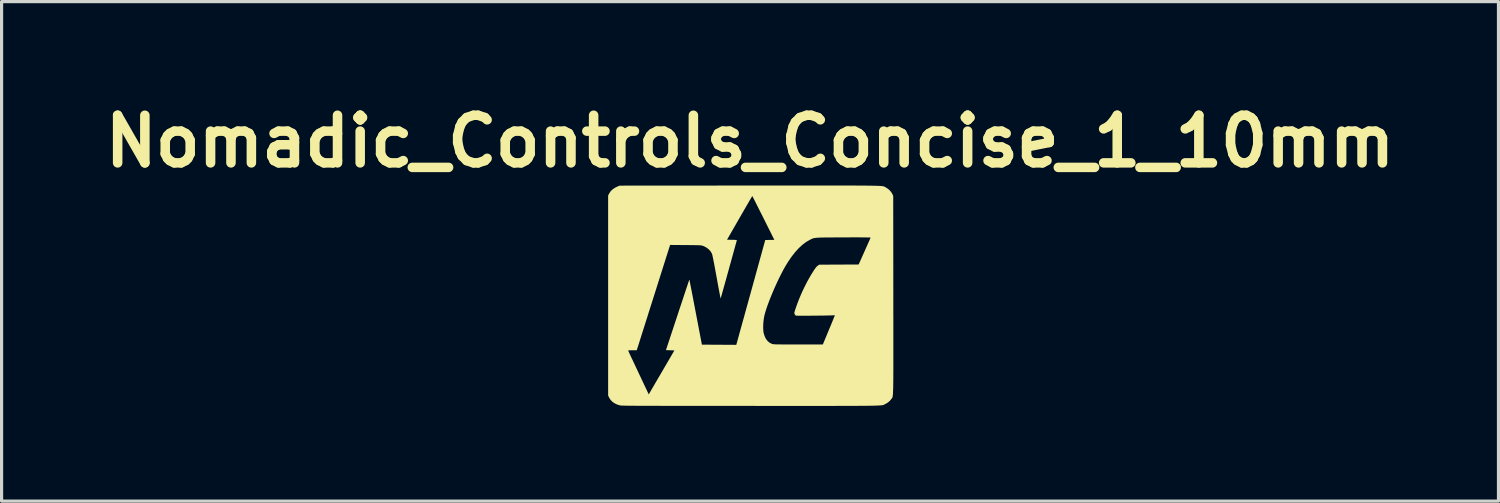
<source format=kicad_pcb>
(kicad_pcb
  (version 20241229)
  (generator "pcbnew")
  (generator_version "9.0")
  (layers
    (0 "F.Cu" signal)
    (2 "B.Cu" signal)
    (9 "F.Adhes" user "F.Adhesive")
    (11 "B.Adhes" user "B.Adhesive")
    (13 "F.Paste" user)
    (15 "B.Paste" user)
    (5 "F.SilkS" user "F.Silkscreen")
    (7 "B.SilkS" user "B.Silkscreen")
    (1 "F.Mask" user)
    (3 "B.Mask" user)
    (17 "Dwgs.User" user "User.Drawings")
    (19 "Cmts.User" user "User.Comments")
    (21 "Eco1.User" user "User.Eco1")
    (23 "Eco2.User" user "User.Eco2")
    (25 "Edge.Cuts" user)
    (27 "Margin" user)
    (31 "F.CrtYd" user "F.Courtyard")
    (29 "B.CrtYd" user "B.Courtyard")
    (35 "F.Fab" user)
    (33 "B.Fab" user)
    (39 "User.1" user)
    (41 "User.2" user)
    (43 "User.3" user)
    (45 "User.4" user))
  (footprint "Nomadic_Controls_Concise_1_10mm"
    (layer "F.Cu")
    (at 20.586 6.304)
    (property "Reference" "Nomadic_Controls_Concise_1_10mm" (at 0 -4.9 0) (layer "F.SilkS") (effects (font (size 1.5 1.5) (thickness 0.3))))
    (attr board_only exclude_from_pos_files exclude_from_bom)
    (fp_poly (pts (xy 2.634 -3.508) (xy 2.81 -3.508) (xy 2.972 -3.508) (xy 3.122 -3.507) (xy 3.258 -3.507) (xy 3.383 -3.506) (xy 3.496 -3.506) (xy 3.598 -3.505) (xy 3.69 -3.504) (xy 3.773 -3.503) (xy 3.846 -3.502) (xy 3.911 -3.501) (xy 3.968 -3.499) (xy 4.018 -3.498) (xy 4.06 -3.496) (xy 4.097 -3.494) (xy 4.128 -3.492) (xy 4.154 -3.489) (xy 4.176 -3.487) (xy 4.193 -3.484) (xy 4.208 -3.481) (xy 4.22 -3.478) (xy 4.229 -3.474) (xy 4.238 -3.471) (xy 4.245 -3.467) (xy 4.252 -3.462) (xy 4.259 -3.458) (xy 4.267 -3.453) (xy 4.277 -3.448) (xy 4.277 -3.448) (xy 4.351 -3.401) (xy 4.416 -3.341) (xy 4.467 -3.272) (xy 4.48 -3.248) (xy 4.512 -3.182) (xy 4.515 -0.066) (xy 4.515 0.235) (xy 4.515 0.517) (xy 4.516 0.78) (xy 4.516 1.025) (xy 4.516 1.252) (xy 4.516 1.463) (xy 4.516 1.657) (xy 4.516 1.836) (xy 4.516 2) (xy 4.516 2.15) (xy 4.516 2.286) (xy 4.515 2.41) (xy 4.515 2.521) (xy 4.514 2.621) (xy 4.513 2.71) (xy 4.512 2.789) (xy 4.511 2.859) (xy 4.509 2.919) (xy 4.507 2.972) (xy 4.505 3.017) (xy 4.503 3.055) (xy 4.501 3.087) (xy 4.498 3.113) (xy 4.495 3.135) (xy 4.491 3.152) (xy 4.488 3.166) (xy 4.484 3.177) (xy 4.479 3.186) (xy 4.475 3.194) (xy 4.469 3.2) (xy 4.464 3.207) (xy 4.458 3.214) (xy 4.452 3.222) (xy 4.449 3.225) (xy 4.397 3.286) (xy 4.329 3.34) (xy 4.253 3.383) (xy 4.244 3.387) (xy 4.235 3.392) (xy 4.228 3.396) (xy 4.22 3.4) (xy 4.212 3.403) (xy 4.203 3.407) (xy 4.192 3.41) (xy 4.178 3.413) (xy 4.162 3.416) (xy 4.142 3.418) (xy 4.118 3.42) (xy 4.09 3.422) (xy 4.056 3.424) (xy 4.017 3.426) (xy 3.971 3.428) (xy 3.918 3.429) (xy 3.858 3.431) (xy 3.789 3.432) (xy 3.711 3.433) (xy 3.624 3.434) (xy 3.528 3.435) (xy 3.42 3.435) (xy 3.302 3.436) (xy 3.172 3.436) (xy 3.029 3.437) (xy 2.874 3.437) (xy 2.705 3.437) (xy 2.522 3.438) (xy 2.324 3.438) (xy 2.112 3.438) (xy 1.883 3.438) (xy 1.638 3.438) (xy 1.376 3.438) (xy 1.096 3.438) (xy 0.798 3.438) (xy 0.482 3.438) (xy 0.146 3.437) (xy 0.015 3.437) (xy -0.334 3.437) (xy -0.664 3.437) (xy -0.975 3.437) (xy -1.267 3.437) (xy -1.542 3.437) (xy -1.798 3.437) (xy -2.038 3.437) (xy -2.261 3.436) (xy -2.469 3.436) (xy -2.661 3.436) (xy -2.838 3.435) (xy -3.001 3.435) (xy -3.15 3.435) (xy -3.285 3.434) (xy -3.408 3.434) (xy -3.519 3.433) (xy -3.618 3.433) (xy -3.706 3.432) (xy -3.784 3.431) (xy -3.851 3.431) (xy -3.909 3.43) (xy -3.958 3.429) (xy -3.998 3.428) (xy -4.03 3.427) (xy -4.055 3.426) (xy -4.073 3.425) (xy -4.085 3.424) (xy -4.089 3.424) (xy -4.191 3.393) (xy -4.279 3.349) (xy -4.354 3.293) (xy -4.412 3.225) (xy -4.445 3.167) (xy -4.472 3.111) (xy -4.472 1.691) (xy -3.842 1.691) (xy -3.838 1.702) (xy -3.825 1.728) (xy -3.806 1.771) (xy -3.78 1.827) (xy -3.748 1.896) (xy -3.71 1.975) (xy -3.668 2.065) (xy -3.622 2.163) (xy -3.573 2.267) (xy -3.521 2.377) (xy -3.517 2.387) (xy -3.192 3.074) (xy -3.144 2.992) (xy -3.131 2.969) (xy -3.109 2.931) (xy -3.078 2.878) (xy -3.04 2.813) (xy -2.996 2.737) (xy -2.946 2.652) (xy -2.893 2.56) (xy -2.835 2.462) (xy -2.775 2.36) (xy -2.74 2.299) (xy -2.384 1.689) (xy -2.517 1.684) (xy -2.65 1.679) (xy -2.288 0.585) (xy -2.241 0.441) (xy -2.195 0.303) (xy -2.151 0.172) (xy -2.11 0.048) (xy -2.072 -0.067) (xy -2.037 -0.173) (xy -2.006 -0.266) (xy -1.979 -0.347) (xy -1.957 -0.415) (xy -1.939 -0.467) (xy -1.927 -0.503) (xy -1.921 -0.522) (xy -1.92 -0.524) (xy -1.914 -0.534) (xy -1.908 -0.525) (xy -1.908 -0.525) (xy -1.905 -0.513) (xy -1.899 -0.483) (xy -1.89 -0.435) (xy -1.878 -0.372) (xy -1.863 -0.295) (xy -1.845 -0.204) (xy -1.825 -0.102) (xy -1.803 0.011) (xy -1.78 0.133) (xy -1.755 0.263) (xy -1.729 0.399) (xy -1.71 0.499) (xy -1.517 1.507) (xy -0.976 1.51) (xy -0.434 1.513) (xy -0.423 1.475) (xy -0.419 1.461) (xy -0.41 1.429) (xy -0.397 1.379) (xy -0.378 1.314) (xy -0.356 1.233) (xy -0.33 1.137) (xy -0.3 1.029) (xy -0.282 0.965) (xy 0.414 0.965) (xy 0.417 1.046) (xy 0.424 1.115) (xy 0.428 1.136) (xy 0.457 1.233) (xy 0.497 1.318) (xy 0.549 1.388) (xy 0.61 1.442) (xy 0.679 1.478) (xy 0.681 1.479) (xy 0.693 1.483) (xy 0.704 1.487) (xy 0.717 1.49) (xy 0.732 1.492) (xy 0.752 1.494) (xy 0.778 1.496) (xy 0.81 1.498) (xy 0.851 1.499) (xy 0.903 1.5) (xy 0.965 1.5) (xy 1.041 1.501) (xy 1.13 1.501) (xy 1.236 1.501) (xy 1.359 1.502) (xy 1.5 1.502) (xy 1.518 1.502) (xy 2.294 1.502) (xy 2.483 1.046) (xy 2.521 0.956) (xy 2.556 0.871) (xy 2.588 0.794) (xy 2.615 0.726) (xy 2.638 0.669) (xy 2.656 0.625) (xy 2.668 0.596) (xy 2.672 0.584) (xy 2.672 0.584) (xy 2.663 0.581) (xy 2.641 0.581) (xy 2.629 0.582) (xy 2.603 0.583) (xy 2.56 0.585) (xy 2.503 0.587) (xy 2.434 0.588) (xy 2.355 0.59) (xy 2.269 0.591) (xy 2.177 0.592) (xy 2.082 0.593) (xy 1.986 0.594) (xy 1.892 0.595) (xy 1.801 0.595) (xy 1.715 0.596) (xy 1.638 0.596) (xy 1.57 0.595) (xy 1.515 0.595) (xy 1.474 0.594) (xy 1.45 0.593) (xy 1.445 0.592) (xy 1.426 0.576) (xy 1.408 0.551) (xy 1.406 0.547) (xy 1.4 0.532) (xy 1.396 0.518) (xy 1.397 0.502) (xy 1.401 0.479) (xy 1.411 0.445) (xy 1.426 0.397) (xy 1.432 0.379) (xy 1.49 0.213) (xy 1.559 0.037) (xy 1.636 -0.143) (xy 1.721 -0.321) (xy 1.808 -0.491) (xy 1.898 -0.65) (xy 1.934 -0.711) (xy 1.98 -0.784) (xy 2.017 -0.842) (xy 2.047 -0.886) (xy 2.072 -0.92) (xy 2.093 -0.946) (xy 2.113 -0.965) (xy 2.132 -0.981) (xy 2.139 -0.985) (xy 2.182 -1.013) (xy 2.802 -1.016) (xy 3.423 -1.019) (xy 3.61 -1.438) (xy 3.648 -1.524) (xy 3.684 -1.604) (xy 3.717 -1.678) (xy 3.745 -1.742) (xy 3.768 -1.794) (xy 3.786 -1.834) (xy 3.797 -1.858) (xy 3.8 -1.866) (xy 3.791 -1.868) (xy 3.761 -1.87) (xy 3.712 -1.871) (xy 3.643 -1.872) (xy 3.554 -1.873) (xy 3.446 -1.874) (xy 3.318 -1.874) (xy 3.172 -1.874) (xy 3.006 -1.873) (xy 2.943 -1.873) (xy 2.787 -1.872) (xy 2.65 -1.872) (xy 2.531 -1.871) (xy 2.427 -1.871) (xy 2.338 -1.87) (xy 2.262 -1.868) (xy 2.198 -1.867) (xy 2.144 -1.864) (xy 2.1 -1.861) (xy 2.062 -1.857) (xy 2.031 -1.853) (xy 2.004 -1.847) (xy 1.981 -1.84) (xy 1.959 -1.832) (xy 1.938 -1.823) (xy 1.916 -1.812) (xy 1.892 -1.8) (xy 1.879 -1.793) (xy 1.763 -1.725) (xy 1.648 -1.638) (xy 1.533 -1.531) (xy 1.419 -1.406) (xy 1.307 -1.262) (xy 1.196 -1.1) (xy 1.104 -0.948) (xy 1.04 -0.834) (xy 0.975 -0.708) (xy 0.909 -0.575) (xy 0.843 -0.436) (xy 0.778 -0.293) (xy 0.716 -0.149) (xy 0.657 -0.007) (xy 0.603 0.13) (xy 0.554 0.261) (xy 0.512 0.383) (xy 0.478 0.493) (xy 0.453 0.589) (xy 0.447 0.614) (xy 0.433 0.695) (xy 0.422 0.784) (xy 0.416 0.876) (xy 0.414 0.965) (xy -0.282 0.965) (xy -0.266 0.908) (xy -0.23 0.776) (xy -0.19 0.635) (xy -0.149 0.484) (xy -0.105 0.325) (xy -0.059 0.159) (xy -0.012 -0.012) (xy 0.034 -0.176) (xy 0.479 -1.79) (xy 0.623 -1.793) (xy 0.766 -1.795) (xy 0.421 -2.486) (xy 0.366 -2.596) (xy 0.313 -2.7) (xy 0.264 -2.798) (xy 0.219 -2.887) (xy 0.179 -2.967) (xy 0.144 -3.036) (xy 0.115 -3.093) (xy 0.092 -3.136) (xy 0.077 -3.164) (xy 0.071 -3.176) (xy 0.071 -3.176) (xy 0.065 -3.167) (xy 0.05 -3.143) (xy 0.027 -3.103) (xy -0.005 -3.05) (xy -0.043 -2.984) (xy -0.087 -2.908) (xy -0.137 -2.822) (xy -0.191 -2.728) (xy -0.249 -2.627) (xy -0.311 -2.521) (xy -0.33 -2.488) (xy -0.725 -1.8) (xy -0.568 -1.797) (xy -0.506 -1.796) (xy -0.461 -1.793) (xy -0.433 -1.791) (xy -0.418 -1.787) (xy -0.416 -1.782) (xy -0.419 -1.771) (xy -0.427 -1.741) (xy -0.44 -1.695) (xy -0.457 -1.634) (xy -0.478 -1.558) (xy -0.502 -1.47) (xy -0.53 -1.371) (xy -0.56 -1.262) (xy -0.592 -1.145) (xy -0.627 -1.02) (xy -0.663 -0.89) (xy -0.671 -0.86) (xy -0.708 -0.729) (xy -0.742 -0.603) (xy -0.775 -0.484) (xy -0.806 -0.374) (xy -0.834 -0.274) (xy -0.859 -0.184) (xy -0.881 -0.107) (xy -0.899 -0.044) (xy -0.913 0.004) (xy -0.923 0.036) (xy -0.927 0.05) (xy -0.928 0.05) (xy -0.93 0.041) (xy -0.936 0.013) (xy -0.945 -0.032) (xy -0.956 -0.091) (xy -0.97 -0.164) (xy -0.986 -0.249) (xy -1.004 -0.344) (xy -1.023 -0.448) (xy -1.043 -0.559) (xy -1.056 -0.632) (xy -1.083 -0.777) (xy -1.106 -0.903) (xy -1.126 -1.012) (xy -1.144 -1.104) (xy -1.159 -1.18) (xy -1.172 -1.242) (xy -1.182 -1.291) (xy -1.191 -1.328) (xy -1.199 -1.353) (xy -1.204 -1.367) (xy -1.246 -1.436) (xy -1.304 -1.499) (xy -1.375 -1.553) (xy -1.454 -1.595) (xy -1.485 -1.606) (xy -1.5 -1.611) (xy -1.516 -1.615) (xy -1.534 -1.619) (xy -1.556 -1.622) (xy -1.585 -1.624) (xy -1.621 -1.626) (xy -1.667 -1.627) (xy -1.725 -1.628) (xy -1.797 -1.629) (xy -1.885 -1.63) (xy -1.99 -1.631) (xy -2.033 -1.631) (xy -2.519 -1.635) (xy -2.539 -1.571) (xy -2.545 -1.555) (xy -2.556 -1.52) (xy -2.572 -1.468) (xy -2.594 -1.4) (xy -2.62 -1.317) (xy -2.651 -1.221) (xy -2.685 -1.111) (xy -2.724 -0.99) (xy -2.765 -0.859) (xy -2.81 -0.718) (xy -2.857 -0.568) (xy -2.907 -0.412) (xy -2.958 -0.249) (xy -3.011 -0.081) (xy -3.04 0.01) (xy -3.094 0.181) (xy -3.147 0.347) (xy -3.198 0.508) (xy -3.246 0.662) (xy -3.293 0.808) (xy -3.336 0.946) (xy -3.377 1.074) (xy -3.414 1.19) (xy -3.447 1.295) (xy -3.476 1.387) (xy -3.5 1.464) (xy -3.52 1.526) (xy -3.534 1.571) (xy -3.543 1.599) (xy -3.546 1.606) (xy -3.571 1.684) (xy -3.706 1.684) (xy -3.756 1.684) (xy -3.797 1.686) (xy -3.827 1.688) (xy -3.841 1.691) (xy -3.842 1.691) (xy -4.472 1.691) (xy -4.472 -0.04) (xy -4.472 -3.191) (xy -4.445 -3.247) (xy -4.397 -3.322) (xy -4.331 -3.387) (xy -4.248 -3.442) (xy -4.18 -3.475) (xy -4.109 -3.504) (xy -0.012 -3.507) (xy 0.334 -3.507) (xy 0.66 -3.507) (xy 0.967 -3.507) (xy 1.256 -3.507) (xy 1.527 -3.508) (xy 1.78 -3.508) (xy 2.017 -3.508) (xy 2.238 -3.508) (xy 2.444 -3.508)) (stroke (width 0) (type solid)) (fill yes) (layer "F.SilkS")))
  (gr_rect
    (start -3 -3)
    (end 44.171 12.742)
    (stroke (width 0.1) (type default))
    (fill no)
    (layer "Edge.Cuts")))
</source>
